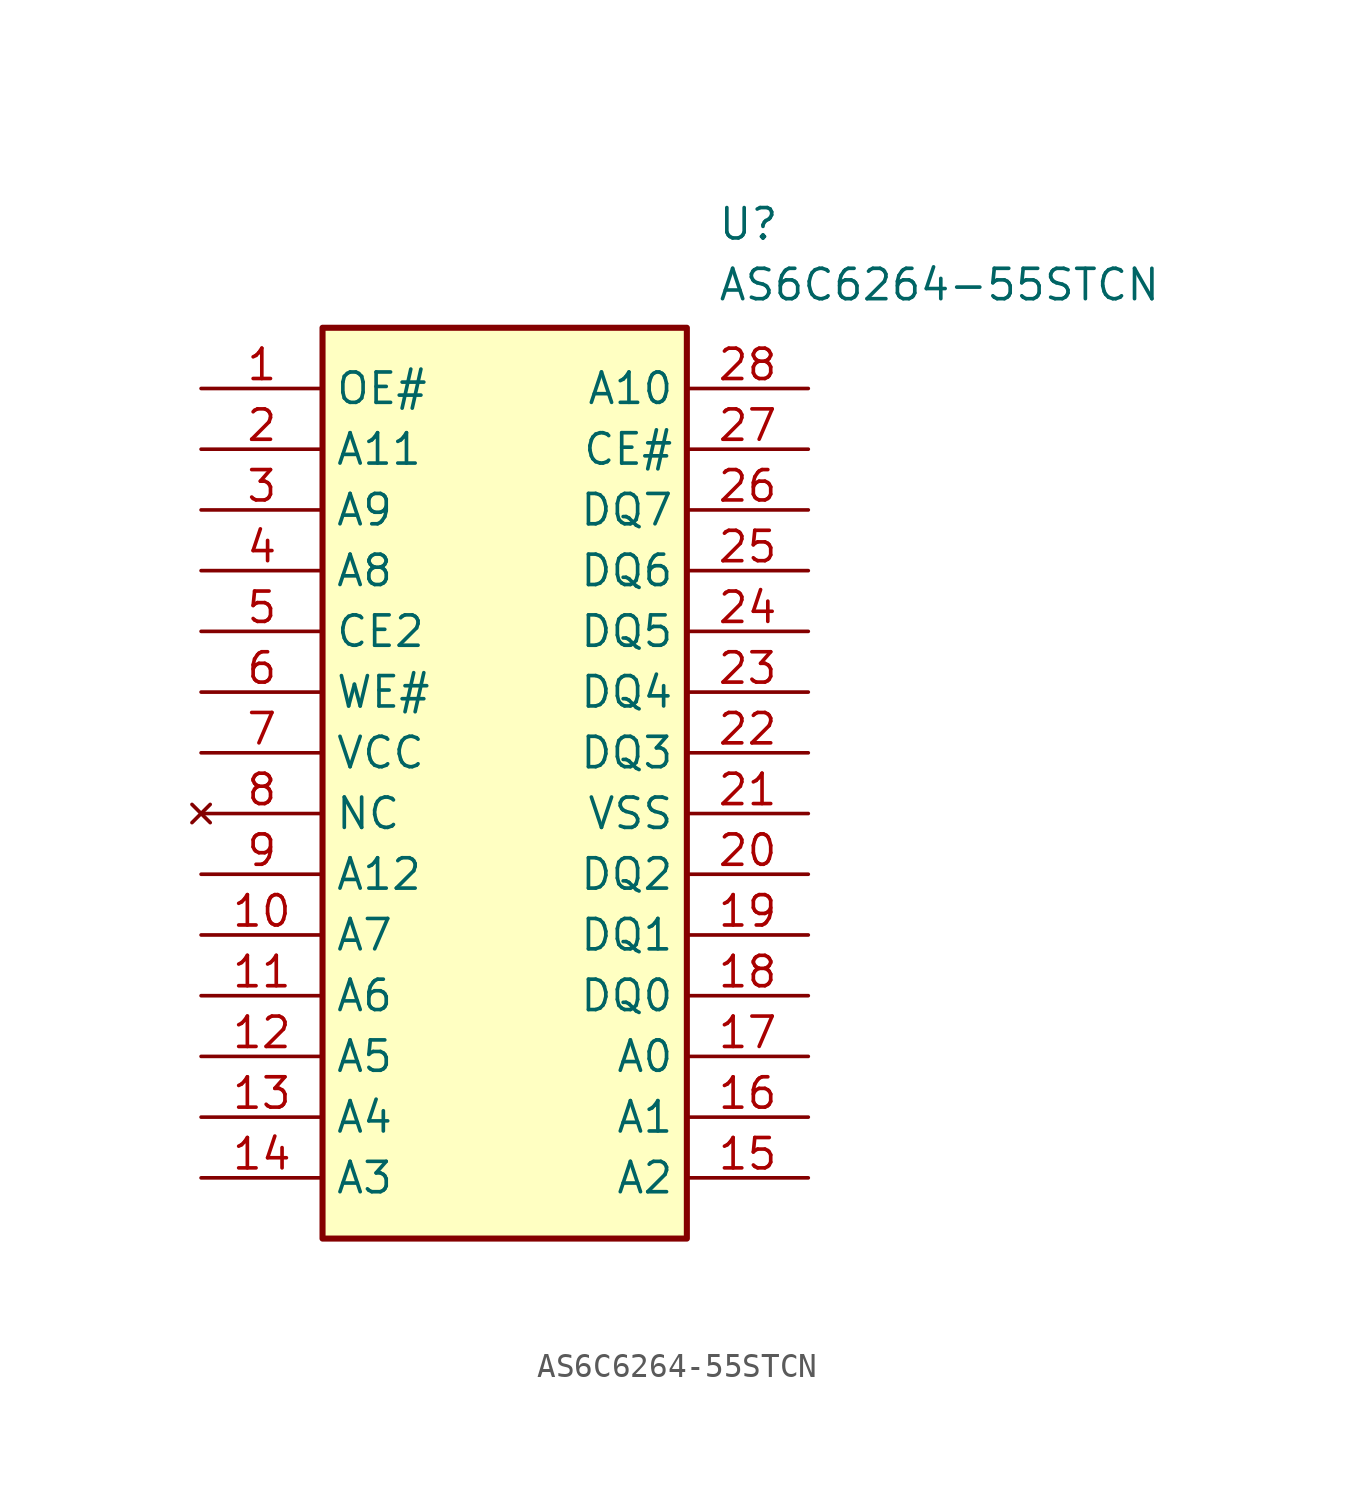
<source format=kicad_sym>
(kicad_symbol_lib
  (version 20241209)
  (generator "kicad_symbol_editor")
  (generator_version "9.0")
  (symbol "AS6C6264-55STCN"
    (property "Reference" "U"
      (at 21.59 7.62 0)
      (effects (font (size 1.27 1.27)) (justify left top)))
    (property "Value" "AS6C6264-55STCN"
      (at 21.59 5.08 0)
      (effects (font (size 1.27 1.27)) (justify left top)))
    (symbol "AS6C6264-55STCN_1_1"
      (rectangle (start 5.08 2.54) (end 20.32 -35.56) (stroke (width 0.254) (type default)) (fill (type background)))
      (pin passive line (at 0 0 0) (length 5.08) (name "OE#" (effects (font (size 1.27 1.27)))) (number "1" (effects (font (size 1.27 1.27)))))
      (pin passive line (at 0 -2.54 0) (length 5.08) (name "A11" (effects (font (size 1.27 1.27)))) (number "2" (effects (font (size 1.27 1.27)))))
      (pin passive line (at 0 -5.08 0) (length 5.08) (name "A9" (effects (font (size 1.27 1.27)))) (number "3" (effects (font (size 1.27 1.27)))))
      (pin passive line (at 0 -7.62 0) (length 5.08) (name "A8" (effects (font (size 1.27 1.27)))) (number "4" (effects (font (size 1.27 1.27)))))
      (pin passive line (at 0 -10.16 0) (length 5.08) (name "CE2" (effects (font (size 1.27 1.27)))) (number "5" (effects (font (size 1.27 1.27)))))
      (pin passive line (at 0 -12.7 0) (length 5.08) (name "WE#" (effects (font (size 1.27 1.27)))) (number "6" (effects (font (size 1.27 1.27)))))
      (pin passive line (at 0 -15.24 0) (length 5.08) (name "VCC" (effects (font (size 1.27 1.27)))) (number "7" (effects (font (size 1.27 1.27)))))
      (pin no_connect line (at 0 -17.78 0) (length 5.08) (name "NC" (effects (font (size 1.27 1.27)))) (number "8" (effects (font (size 1.27 1.27)))))
      (pin passive line (at 0 -20.32 0) (length 5.08) (name "A12" (effects (font (size 1.27 1.27)))) (number "9" (effects (font (size 1.27 1.27)))))
      (pin passive line (at 0 -22.86 0) (length 5.08) (name "A7" (effects (font (size 1.27 1.27)))) (number "10" (effects (font (size 1.27 1.27)))))
      (pin passive line (at 0 -25.4 0) (length 5.08) (name "A6" (effects (font (size 1.27 1.27)))) (number "11" (effects (font (size 1.27 1.27)))))
      (pin passive line (at 0 -27.94 0) (length 5.08) (name "A5" (effects (font (size 1.27 1.27)))) (number "12" (effects (font (size 1.27 1.27)))))
      (pin passive line (at 0 -30.48 0) (length 5.08) (name "A4" (effects (font (size 1.27 1.27)))) (number "13" (effects (font (size 1.27 1.27)))))
      (pin passive line (at 0 -33.02 0) (length 5.08) (name "A3" (effects (font (size 1.27 1.27)))) (number "14" (effects (font (size 1.27 1.27)))))
      (pin passive line (at 25.4 0 180) (length 5.08) (name "A10" (effects (font (size 1.27 1.27)))) (number "28" (effects (font (size 1.27 1.27)))))
      (pin passive line (at 25.4 -2.54 180) (length 5.08) (name "CE#" (effects (font (size 1.27 1.27)))) (number "27" (effects (font (size 1.27 1.27)))))
      (pin passive line (at 25.4 -5.08 180) (length 5.08) (name "DQ7" (effects (font (size 1.27 1.27)))) (number "26" (effects (font (size 1.27 1.27)))))
      (pin passive line (at 25.4 -7.62 180) (length 5.08) (name "DQ6" (effects (font (size 1.27 1.27)))) (number "25" (effects (font (size 1.27 1.27)))))
      (pin passive line (at 25.4 -10.16 180) (length 5.08) (name "DQ5" (effects (font (size 1.27 1.27)))) (number "24" (effects (font (size 1.27 1.27)))))
      (pin passive line (at 25.4 -12.7 180) (length 5.08) (name "DQ4" (effects (font (size 1.27 1.27)))) (number "23" (effects (font (size 1.27 1.27)))))
      (pin passive line (at 25.4 -15.24 180) (length 5.08) (name "DQ3" (effects (font (size 1.27 1.27)))) (number "22" (effects (font (size 1.27 1.27)))))
      (pin passive line (at 25.4 -17.78 180) (length 5.08) (name "VSS" (effects (font (size 1.27 1.27)))) (number "21" (effects (font (size 1.27 1.27)))))
      (pin passive line (at 25.4 -20.32 180) (length 5.08) (name "DQ2" (effects (font (size 1.27 1.27)))) (number "20" (effects (font (size 1.27 1.27)))))
      (pin passive line (at 25.4 -22.86 180) (length 5.08) (name "DQ1" (effects (font (size 1.27 1.27)))) (number "19" (effects (font (size 1.27 1.27)))))
      (pin passive line (at 25.4 -25.4 180) (length 5.08) (name "DQ0" (effects (font (size 1.27 1.27)))) (number "18" (effects (font (size 1.27 1.27)))))
      (pin passive line (at 25.4 -27.94 180) (length 5.08) (name "A0" (effects (font (size 1.27 1.27)))) (number "17" (effects (font (size 1.27 1.27)))))
      (pin passive line (at 25.4 -30.48 180) (length 5.08) (name "A1" (effects (font (size 1.27 1.27)))) (number "16" (effects (font (size 1.27 1.27)))))
      (pin passive line (at 25.4 -33.02 180) (length 5.08) (name "A2" (effects (font (size 1.27 1.27)))) (number "15" (effects (font (size 1.27 1.27))))))))
</source>
